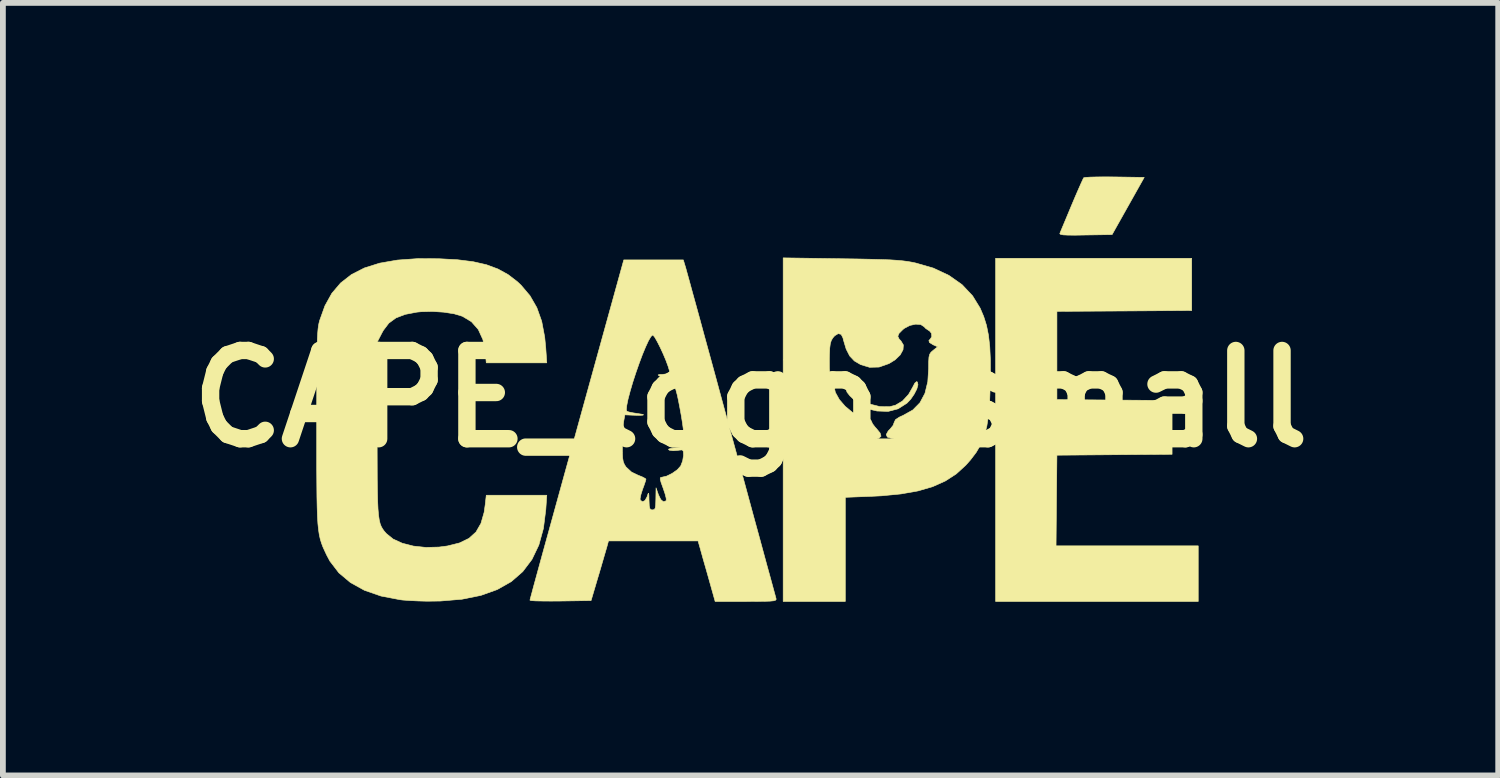
<source format=kicad_pcb>
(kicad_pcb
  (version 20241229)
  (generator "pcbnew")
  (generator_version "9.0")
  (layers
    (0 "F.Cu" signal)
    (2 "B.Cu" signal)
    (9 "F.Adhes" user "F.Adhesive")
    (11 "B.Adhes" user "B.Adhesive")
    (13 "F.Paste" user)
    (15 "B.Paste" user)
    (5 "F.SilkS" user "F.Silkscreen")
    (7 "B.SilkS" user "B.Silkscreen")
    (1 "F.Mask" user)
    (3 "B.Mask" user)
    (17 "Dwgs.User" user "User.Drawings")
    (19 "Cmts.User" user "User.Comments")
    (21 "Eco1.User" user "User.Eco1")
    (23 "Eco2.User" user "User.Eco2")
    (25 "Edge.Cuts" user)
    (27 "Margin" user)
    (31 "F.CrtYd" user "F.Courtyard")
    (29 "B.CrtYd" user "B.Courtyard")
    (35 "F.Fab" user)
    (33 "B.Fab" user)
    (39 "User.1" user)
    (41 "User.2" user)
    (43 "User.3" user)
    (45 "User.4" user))
  (footprint "CAPE_logo_small"
    (layer "F.Cu")
    (at 9.913 3.838)
    (property "Reference" "CAPE_logo_small" (at 0 0 0) (layer "F.SilkS") (effects (font (size 1.524 1.524) (thickness 0.3))))
    (attr through_hole)
    (fp_poly (pts (xy 7.62 -1.525) (xy 6.456 -1.517) (xy 5.292 -1.51) (xy 5.292 0.014) (xy 6.287 0.022) (xy 7.281 0.029) (xy 7.281 0.959) (xy 6.287 0.966) (xy 5.292 0.974) (xy 5.284 1.757) (xy 5.277 2.54) (xy 7.733 2.54) (xy 7.733 3.5) (xy 4.233 3.5) (xy 4.233 -2.427) (xy 7.62 -2.427) (xy 7.62 -1.525)) (stroke (width 0.01) (type solid)) (fill yes) (layer "F.SilkS"))
    (fp_poly (pts (xy 6.288 -3.832) (xy 6.8 -3.824) (xy 6.245 -2.836) (xy 5.786 -2.829) (xy 5.61 -2.826) (xy 5.484 -2.827) (xy 5.402 -2.831) (xy 5.357 -2.839) (xy 5.342 -2.851) (xy 5.343 -2.857) (xy 5.358 -2.894) (xy 5.391 -2.973) (xy 5.439 -3.087) (xy 5.496 -3.224) (xy 5.546 -3.344) (xy 5.609 -3.493) (xy 5.666 -3.624) (xy 5.712 -3.728) (xy 5.743 -3.795) (xy 5.755 -3.818) (xy 5.789 -3.824) (xy 5.869 -3.829) (xy 5.988 -3.832) (xy 6.134 -3.833) (xy 6.288 -3.832)) (stroke (width 0.01) (type solid)) (fill yes) (layer "F.SilkS"))
    (fp_poly (pts (xy 2.882 -0.29) (xy 2.892 -0.243) (xy 2.872 -0.169) (xy 2.827 -0.081) (xy 2.766 0.008) (xy 2.701 0.076) (xy 2.549 0.173) (xy 2.377 0.218) (xy 2.184 0.211) (xy 2.052 0.18) (xy 1.968 0.143) (xy 1.878 0.087) (xy 1.791 0.019) (xy 1.717 -0.051) (xy 1.667 -0.114) (xy 1.652 -0.16) (xy 1.657 -0.173) (xy 1.688 -0.18) (xy 1.735 -0.148) (xy 1.783 -0.098) (xy 1.912 0.014) (xy 2.068 0.093) (xy 2.236 0.135) (xy 2.4 0.137) (xy 2.503 0.111) (xy 2.624 0.039) (xy 2.73 -0.076) (xy 2.798 -0.195) (xy 2.838 -0.271) (xy 2.868 -0.297) (xy 2.882 -0.29)) (stroke (width 0.01) (type solid)) (fill yes) (layer "F.SilkS"))
    (fp_poly (pts (xy -5.38 -2.419) (xy -5.063 -2.402) (xy -4.792 -2.368) (xy -4.562 -2.316) (xy -4.363 -2.242) (xy -4.188 -2.146) (xy -4.029 -2.024) (xy -3.963 -1.962) (xy -3.809 -1.78) (xy -3.691 -1.575) (xy -3.607 -1.34) (xy -3.555 -1.066) (xy -3.537 -0.882) (xy -3.519 -0.621) (xy -4.564 -0.621) (xy -4.581 -0.805) (xy -4.622 -1.022) (xy -4.702 -1.197) (xy -4.82 -1.331) (xy -4.976 -1.425) (xy -5.119 -1.468) (xy -5.298 -1.496) (xy -5.494 -1.509) (xy -5.689 -1.504) (xy -5.762 -1.497) (xy -5.965 -1.458) (xy -6.124 -1.397) (xy -6.247 -1.307) (xy -6.341 -1.183) (xy -6.364 -1.142) (xy -6.449 -0.978) (xy -6.449 0.52) (xy -6.449 0.864) (xy -6.448 1.156) (xy -6.447 1.401) (xy -6.444 1.604) (xy -6.44 1.77) (xy -6.434 1.903) (xy -6.425 2.008) (xy -6.413 2.09) (xy -6.398 2.154) (xy -6.379 2.204) (xy -6.356 2.245) (xy -6.329 2.283) (xy -6.296 2.321) (xy -6.291 2.327) (xy -6.174 2.422) (xy -6.014 2.495) (xy -5.822 2.544) (xy -5.608 2.567) (xy -5.381 2.561) (xy -5.236 2.542) (xy -5.027 2.49) (xy -4.864 2.411) (xy -4.742 2.301) (xy -4.656 2.152) (xy -4.601 1.961) (xy -4.582 1.827) (xy -4.564 1.665) (xy -3.519 1.665) (xy -3.536 1.914) (xy -3.577 2.239) (xy -3.656 2.526) (xy -3.775 2.774) (xy -3.934 2.985) (xy -4.133 3.158) (xy -4.375 3.295) (xy -4.658 3.396) (xy -4.985 3.462) (xy -5.356 3.493) (xy -5.587 3.496) (xy -5.734 3.492) (xy -5.881 3.485) (xy -6.006 3.476) (xy -6.054 3.47) (xy -6.382 3.407) (xy -6.668 3.308) (xy -6.91 3.174) (xy -7.11 3.006) (xy -7.265 2.804) (xy -7.322 2.697) (xy -7.356 2.624) (xy -7.386 2.558) (xy -7.41 2.494) (xy -7.431 2.426) (xy -7.448 2.351) (xy -7.461 2.263) (xy -7.472 2.158) (xy -7.48 2.03) (xy -7.485 1.876) (xy -7.489 1.689) (xy -7.491 1.465) (xy -7.493 1.199) (xy -7.493 0.887) (xy -7.493 0.524) (xy -7.493 0.508) (xy -7.493 0.155) (xy -7.492 -0.146) (xy -7.492 -0.401) (xy -7.49 -0.613) (xy -7.488 -0.787) (xy -7.485 -0.928) (xy -7.481 -1.042) (xy -7.476 -1.131) (xy -7.47 -1.202) (xy -7.463 -1.258) (xy -7.454 -1.305) (xy -7.443 -1.348) (xy -7.441 -1.355) (xy -7.351 -1.606) (xy -7.232 -1.821) (xy -7.08 -2) (xy -6.893 -2.146) (xy -6.669 -2.26) (xy -6.405 -2.343) (xy -6.099 -2.396) (xy -5.747 -2.421) (xy -5.38 -2.419)) (stroke (width 0.01) (type solid)) (fill yes) (layer "F.SilkS"))
    (fp_poly (pts (xy 1.573 -2.419) (xy 1.849 -2.415) (xy 2.075 -2.41) (xy 2.259 -2.405) (xy 2.408 -2.4) (xy 2.528 -2.392) (xy 2.628 -2.383) (xy 2.714 -2.372) (xy 2.793 -2.358) (xy 2.85 -2.346) (xy 3.159 -2.257) (xy 3.427 -2.131) (xy 3.653 -1.972) (xy 3.835 -1.779) (xy 3.966 -1.566) (xy 4.028 -1.42) (xy 4.076 -1.267) (xy 4.11 -1.097) (xy 4.132 -0.901) (xy 4.143 -0.672) (xy 4.144 -0.399) (xy 4.141 -0.254) (xy 4.131 0.032) (xy 4.112 0.271) (xy 4.082 0.47) (xy 4.038 0.64) (xy 3.978 0.788) (xy 3.899 0.924) (xy 3.799 1.056) (xy 3.718 1.147) (xy 3.554 1.297) (xy 3.366 1.419) (xy 3.147 1.517) (xy 2.894 1.591) (xy 2.6 1.643) (xy 2.26 1.676) (xy 2.095 1.684) (xy 1.637 1.702) (xy 1.637 3.5) (xy 0.564 3.5) (xy 0.564 -0.672) (xy 1.361 -0.672) (xy 1.362 -0.526) (xy 1.368 -0.428) (xy 1.38 -0.368) (xy 1.399 -0.337) (xy 1.43 -0.285) (xy 1.44 -0.229) (xy 1.465 -0.111) (xy 1.533 0.012) (xy 1.634 0.129) (xy 1.755 0.23) (xy 1.885 0.301) (xy 1.982 0.329) (xy 2.058 0.351) (xy 2.088 0.384) (xy 2.088 0.387) (xy 2.107 0.431) (xy 2.154 0.492) (xy 2.173 0.512) (xy 2.238 0.591) (xy 2.254 0.646) (xy 2.219 0.68) (xy 2.201 0.686) (xy 2.156 0.71) (xy 2.145 0.731) (xy 2.172 0.749) (xy 2.249 0.759) (xy 2.345 0.762) (xy 2.455 0.759) (xy 2.515 0.75) (xy 2.534 0.732) (xy 2.533 0.727) (xy 2.5 0.7) (xy 2.435 0.683) (xy 2.432 0.683) (xy 2.363 0.661) (xy 2.344 0.618) (xy 2.378 0.556) (xy 2.413 0.52) (xy 2.462 0.46) (xy 2.483 0.404) (xy 2.484 0.402) (xy 2.504 0.36) (xy 2.571 0.316) (xy 2.639 0.285) (xy 2.803 0.193) (xy 2.927 0.067) (xy 3.013 -0.095) (xy 3.062 -0.296) (xy 3.076 -0.519) (xy 3.077 -0.641) (xy 3.082 -0.72) (xy 3.095 -0.77) (xy 3.118 -0.805) (xy 3.154 -0.836) (xy 3.231 -0.898) (xy 3.154 -0.933) (xy 3.09 -0.973) (xy 3.081 -1.008) (xy 3.104 -1.03) (xy 3.131 -1.074) (xy 3.125 -1.132) (xy 3.09 -1.174) (xy 3.083 -1.177) (xy 3.026 -1.215) (xy 2.998 -1.245) (xy 2.939 -1.283) (xy 2.852 -1.289) (xy 2.752 -1.267) (xy 2.658 -1.218) (xy 2.632 -1.197) (xy 2.565 -1.13) (xy 2.544 -1.08) (xy 2.567 -1.032) (xy 2.598 -1) (xy 2.64 -0.93) (xy 2.634 -0.847) (xy 2.585 -0.758) (xy 2.497 -0.673) (xy 2.391 -0.608) (xy 2.22 -0.548) (xy 2.056 -0.544) (xy 1.903 -0.59) (xy 1.794 -0.654) (xy 1.713 -0.74) (xy 1.652 -0.859) (xy 1.603 -1.022) (xy 1.597 -1.051) (xy 1.565 -1.113) (xy 1.515 -1.126) (xy 1.454 -1.089) (xy 1.421 -1.051) (xy 1.395 -1.007) (xy 1.378 -0.952) (xy 1.368 -0.874) (xy 1.363 -0.76) (xy 1.361 -0.672) (xy 0.564 -0.672) (xy 0.564 -2.434) (xy 1.573 -2.419)) (stroke (width 0.01) (type solid)) (fill yes) (layer "F.SilkS"))
    (fp_poly (pts (xy -1.133 -2.307) (xy -1.121 -2.268) (xy -1.096 -2.177) (xy -1.058 -2.04) (xy -1.009 -1.86) (xy -0.948 -1.64) (xy -0.878 -1.385) (xy -0.8 -1.097) (xy -0.713 -0.781) (xy -0.62 -0.441) (xy -0.522 -0.08) (xy -0.419 0.298) (xy -0.339 0.593) (xy -0.233 0.98) (xy -0.131 1.352) (xy -0.035 1.706) (xy 0.055 2.038) (xy 0.139 2.344) (xy 0.214 2.62) (xy 0.28 2.863) (xy 0.337 3.069) (xy 0.382 3.234) (xy 0.415 3.355) (xy 0.435 3.429) (xy 0.441 3.45) (xy 0.442 3.467) (xy 0.43 3.48) (xy 0.397 3.489) (xy 0.337 3.495) (xy 0.241 3.498) (xy 0.103 3.499) (xy -0.078 3.5) (xy -0.611 3.5) (xy -0.732 3.069) (xy -0.776 2.914) (xy -0.817 2.772) (xy -0.85 2.653) (xy -0.873 2.571) (xy -0.88 2.547) (xy -0.906 2.455) (xy -2.453 2.455) (xy -2.482 2.561) (xy -2.501 2.626) (xy -2.532 2.732) (xy -2.571 2.866) (xy -2.615 3.017) (xy -2.633 3.076) (xy -2.754 3.485) (xy -3.282 3.493) (xy -3.448 3.494) (xy -3.592 3.493) (xy -3.706 3.491) (xy -3.782 3.486) (xy -3.81 3.479) (xy -3.81 3.479) (xy -3.803 3.45) (xy -3.781 3.369) (xy -3.747 3.241) (xy -3.7 3.07) (xy -3.642 2.858) (xy -3.574 2.61) (xy -3.496 2.328) (xy -3.41 2.017) (xy -3.317 1.68) (xy -3.218 1.321) (xy -3.113 0.942) (xy -3.071 0.79) (xy -2.213 0.79) (xy -2.213 0.927) (xy -2.209 1.021) (xy -2.198 1.086) (xy -2.178 1.135) (xy -2.15 1.178) (xy -2.056 1.265) (xy -1.946 1.318) (xy -1.867 1.35) (xy -1.817 1.377) (xy -1.806 1.388) (xy -1.815 1.424) (xy -1.839 1.495) (xy -1.865 1.565) (xy -1.893 1.653) (xy -1.907 1.722) (xy -1.905 1.749) (xy -1.866 1.778) (xy -1.823 1.757) (xy -1.787 1.693) (xy -1.785 1.686) (xy -1.769 1.639) (xy -1.759 1.631) (xy -1.755 1.669) (xy -1.753 1.757) (xy -1.749 1.849) (xy -1.738 1.898) (xy -1.715 1.917) (xy -1.693 1.919) (xy -1.663 1.913) (xy -1.646 1.888) (xy -1.638 1.831) (xy -1.635 1.73) (xy -1.635 1.729) (xy -1.632 1.538) (xy -1.59 1.658) (xy -1.55 1.74) (xy -1.506 1.777) (xy -1.466 1.766) (xy -1.455 1.753) (xy -1.457 1.716) (xy -1.476 1.642) (xy -1.508 1.547) (xy -1.51 1.541) (xy -1.545 1.444) (xy -1.56 1.387) (xy -1.556 1.361) (xy -1.535 1.355) (xy -1.533 1.355) (xy -1.45 1.336) (xy -1.353 1.288) (xy -1.264 1.225) (xy -1.206 1.16) (xy -1.172 1.073) (xy -1.157 0.977) (xy -1.157 0.975) (xy -1.16 0.908) (xy -1.18 0.883) (xy -1.232 0.887) (xy -1.256 0.891) (xy -1.337 0.897) (xy -1.4 0.888) (xy -1.404 0.887) (xy -1.418 0.871) (xy -1.383 0.858) (xy -1.312 0.848) (xy -1.226 0.835) (xy -1.182 0.814) (xy -1.164 0.779) (xy -1.162 0.768) (xy -1.16 0.734) (xy -1.174 0.716) (xy -1.215 0.712) (xy -1.297 0.718) (xy -1.338 0.723) (xy -1.448 0.73) (xy -1.508 0.725) (xy -1.524 0.709) (xy -1.498 0.689) (xy -1.43 0.678) (xy -1.404 0.677) (xy -1.278 0.67) (xy -1.201 0.65) (xy -1.163 0.613) (xy -1.157 0.579) (xy -1.162 0.517) (xy -1.176 0.415) (xy -1.196 0.29) (xy -1.22 0.158) (xy -1.244 0.034) (xy -1.265 -0.065) (xy -1.272 -0.091) (xy -1.3 -0.195) (xy -1.482 -0.178) (xy -1.591 -0.172) (xy -1.65 -0.178) (xy -1.665 -0.193) (xy -1.638 -0.214) (xy -1.562 -0.224) (xy -1.509 -0.226) (xy -1.408 -0.231) (xy -1.353 -0.249) (xy -1.337 -0.268) (xy -1.338 -0.328) (xy -1.379 -0.37) (xy -1.444 -0.38) (xy -1.455 -0.378) (xy -1.528 -0.377) (xy -1.571 -0.392) (xy -1.596 -0.411) (xy -1.578 -0.42) (xy -1.519 -0.422) (xy -1.447 -0.429) (xy -1.403 -0.444) (xy -1.399 -0.448) (xy -1.401 -0.487) (xy -1.424 -0.563) (xy -1.461 -0.663) (xy -1.508 -0.775) (xy -1.56 -0.887) (xy -1.61 -0.986) (xy -1.653 -1.061) (xy -1.684 -1.099) (xy -1.69 -1.101) (xy -1.72 -1.075) (xy -1.762 -1.004) (xy -1.812 -0.896) (xy -1.868 -0.761) (xy -1.925 -0.608) (xy -1.982 -0.445) (xy -2.035 -0.282) (xy -2.08 -0.128) (xy -2.116 0.008) (xy -2.138 0.117) (xy -2.145 0.19) (xy -2.137 0.214) (xy -2.101 0.228) (xy -2.027 0.243) (xy -1.955 0.254) (xy -1.874 0.267) (xy -1.846 0.277) (xy -1.869 0.284) (xy -1.939 0.286) (xy -2.037 0.283) (xy -2.17 0.277) (xy -2.19 0.386) (xy -2.199 0.46) (xy -2.207 0.573) (xy -2.212 0.707) (xy -2.213 0.79) (xy -3.071 0.79) (xy -3.004 0.548) (xy -2.999 0.529) (xy -2.189 -2.399) (xy -1.161 -2.399) (xy -1.133 -2.307)) (stroke (width 0.01) (type solid)) (fill yes) (layer "F.SilkS")))
  (gr_rect
    (start -3 -3)
    (end 22.827 10.343)
    (stroke (width 0.1) (type default))
    (fill no)
    (layer "Edge.Cuts")))
</source>
